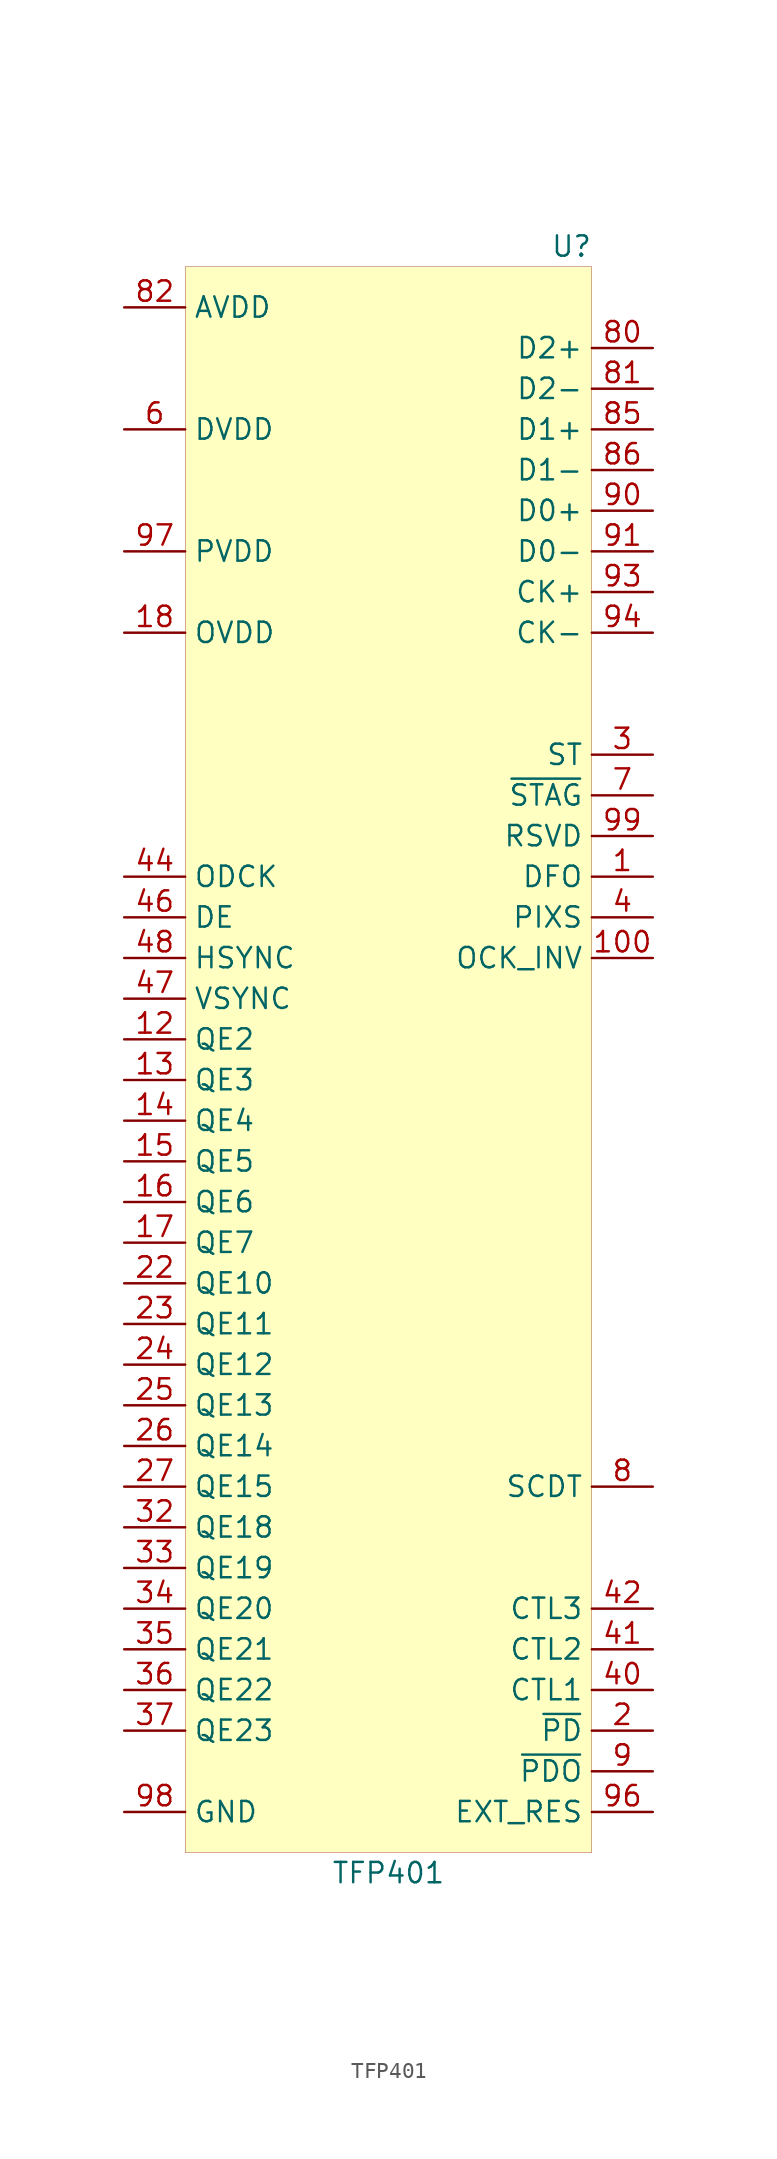
<source format=kicad_sym>
(kicad_symbol_lib
  (version 20201005)
  (generator kicad_symbol_editor)
  (symbol "Video_Extra:TFP401"
    (property "Reference" "U"
      (at 11.43 57.15 0)
      (effects (font (size 1.27 1.27))))
    (property "Value" "TFP401"
      (at 0 -44.45 0)
      (effects (font (size 1.27 1.27))))
    (symbol "TFP401_0_0"
      (pin passive line (at -16.51 -40.64 0) (length 3.81) hide (name "GND" (effects (font (size 1.27 1.27)))) (number "79" (effects (font (size 1.27 1.27)))))
      (pin passive line (at -16.51 -40.64 0) (length 3.81) hide (name "GND" (effects (font (size 1.27 1.27)))) (number "83" (effects (font (size 1.27 1.27)))))
      (pin passive line (at -16.51 -40.64 0) (length 3.81) hide (name "GND" (effects (font (size 1.27 1.27)))) (number "87" (effects (font (size 1.27 1.27)))))
      (pin passive line (at -16.51 -40.64 0) (length 3.81) hide (name "GND" (effects (font (size 1.27 1.27)))) (number "89" (effects (font (size 1.27 1.27)))))
      (pin passive line (at -16.51 -40.64 0) (length 3.81) hide (name "GND" (effects (font (size 1.27 1.27)))) (number "92" (effects (font (size 1.27 1.27)))))
      (pin input line (at -16.51 53.34 0) (length 3.81) (name "AVDD" (effects (font (size 1.27 1.27)))) (number "82" (effects (font (size 1.27 1.27)))))
      (pin passive line (at -16.51 53.34 0) (length 3.81) hide (name "AVDD" (effects (font (size 1.27 1.27)))) (number "84" (effects (font (size 1.27 1.27)))))
      (pin passive line (at -16.51 53.34 0) (length 3.81) hide (name "AVDD" (effects (font (size 1.27 1.27)))) (number "88" (effects (font (size 1.27 1.27)))))
      (pin passive line (at -16.51 53.34 0) (length 3.81) hide (name "AVDD" (effects (font (size 1.27 1.27)))) (number "95" (effects (font (size 1.27 1.27)))))
      (pin output line (at 16.51 -27.94 180) (length 3.81) (name "CTL3" (effects (font (size 1.27 1.27)))) (number "42" (effects (font (size 1.27 1.27)))))
      (pin output line (at 16.51 -30.48 180) (length 3.81) (name "CTL2" (effects (font (size 1.27 1.27)))) (number "41" (effects (font (size 1.27 1.27)))))
      (pin output line (at 16.51 -33.02 180) (length 3.81) (name "CTL1" (effects (font (size 1.27 1.27)))) (number "40" (effects (font (size 1.27 1.27)))))
      (pin output line (at -16.51 15.24 0) (length 3.81) (name "DE" (effects (font (size 1.27 1.27)))) (number "46" (effects (font (size 1.27 1.27)))))
      (pin input line (at 16.51 17.78 180) (length 3.81) (name "DFO" (effects (font (size 1.27 1.27)))) (number "1" (effects (font (size 1.27 1.27)))))
      (pin passive line (at -16.51 -40.64 0) (length 3.81) hide (name "GND" (effects (font (size 1.27 1.27)))) (number "5" (effects (font (size 1.27 1.27)))))
      (pin passive line (at -16.51 -40.64 0) (length 3.81) hide (name "GND" (effects (font (size 1.27 1.27)))) (number "39" (effects (font (size 1.27 1.27)))))
      (pin passive line (at -16.51 -40.64 0) (length 3.81) hide (name "GND" (effects (font (size 1.27 1.27)))) (number "68" (effects (font (size 1.27 1.27)))))
      (pin input line (at -16.51 45.72 0) (length 3.81) (name "DVDD" (effects (font (size 1.27 1.27)))) (number "6" (effects (font (size 1.27 1.27)))))
      (pin passive line (at -16.51 45.72 0) (length 3.81) hide (name "DVDD" (effects (font (size 1.27 1.27)))) (number "38" (effects (font (size 1.27 1.27)))))
      (pin passive line (at -16.51 45.72 0) (length 3.81) hide (name "DVDD" (effects (font (size 1.27 1.27)))) (number "67" (effects (font (size 1.27 1.27)))))
      (pin input line (at 16.51 -40.64 180) (length 3.81) (name "EXT_RES" (effects (font (size 1.27 1.27)))) (number "96" (effects (font (size 1.27 1.27)))))
      (pin output line (at -16.51 12.7 0) (length 3.81) (name "HSYNC" (effects (font (size 1.27 1.27)))) (number "48" (effects (font (size 1.27 1.27)))))
      (pin input line (at 16.51 20.32 180) (length 3.81) (name "RSVD" (effects (font (size 1.27 1.27)))) (number "99" (effects (font (size 1.27 1.27)))))
      (pin input line (at -16.51 33.02 0) (length 3.81) (name "OVDD" (effects (font (size 1.27 1.27)))) (number "18" (effects (font (size 1.27 1.27)))))
      (pin passive line (at -16.51 33.02 0) (length 3.81) hide (name "OVDD" (effects (font (size 1.27 1.27)))) (number "29" (effects (font (size 1.27 1.27)))))
      (pin passive line (at -16.51 33.02 0) (length 3.81) hide (name "OVDD" (effects (font (size 1.27 1.27)))) (number "43" (effects (font (size 1.27 1.27)))))
      (pin passive line (at -16.51 33.02 0) (length 3.81) hide (name "OVDD" (effects (font (size 1.27 1.27)))) (number "57" (effects (font (size 1.27 1.27)))))
      (pin passive line (at -16.51 33.02 0) (length 3.81) hide (name "OVDD" (effects (font (size 1.27 1.27)))) (number "78" (effects (font (size 1.27 1.27)))))
      (pin output line (at -16.51 17.78 0) (length 3.81) (name "ODCK" (effects (font (size 1.27 1.27)))) (number "44" (effects (font (size 1.27 1.27)))))
      (pin passive line (at -16.51 -40.64 0) (length 3.81) hide (name "GND" (effects (font (size 1.27 1.27)))) (number "19" (effects (font (size 1.27 1.27)))))
      (pin passive line (at -16.51 -40.64 0) (length 3.81) hide (name "GND" (effects (font (size 1.27 1.27)))) (number "28" (effects (font (size 1.27 1.27)))))
      (pin passive line (at -16.51 -40.64 0) (length 3.81) hide (name "GND" (effects (font (size 1.27 1.27)))) (number "45" (effects (font (size 1.27 1.27)))))
      (pin passive line (at -16.51 -40.64 0) (length 3.81) hide (name "GND" (effects (font (size 1.27 1.27)))) (number "58" (effects (font (size 1.27 1.27)))))
      (pin passive line (at -16.51 -40.64 0) (length 3.81) hide (name "GND" (effects (font (size 1.27 1.27)))) (number "76" (effects (font (size 1.27 1.27)))))
      (pin input line (at 16.51 12.7 180) (length 3.81) (name "OCK_INV" (effects (font (size 1.27 1.27)))) (number "100" (effects (font (size 1.27 1.27)))))
      (pin input line (at 16.51 -35.56 180) (length 3.81) (name "~PD~" (effects (font (size 1.27 1.27)))) (number "2" (effects (font (size 1.27 1.27)))))
      (pin input line (at 16.51 -38.1 180) (length 3.81) (name "~PDO~" (effects (font (size 1.27 1.27)))) (number "9" (effects (font (size 1.27 1.27)))))
      (pin power_in line (at -16.51 -40.64 0) (length 3.81) (name "GND" (effects (font (size 1.27 1.27)))) (number "98" (effects (font (size 1.27 1.27)))))
      (pin input line (at 16.51 15.24 180) (length 3.81) (name "PIXS" (effects (font (size 1.27 1.27)))) (number "4" (effects (font (size 1.27 1.27)))))
      (pin input line (at -16.51 38.1 0) (length 3.81) (name "PVDD" (effects (font (size 1.27 1.27)))) (number "97" (effects (font (size 1.27 1.27)))))
      (pin unconnected line (at -2.54 -31.75 0) (length 3.81) hide (name "QE8" (effects (font (size 1.27 1.27)))) (number "20" (effects (font (size 1.27 1.27)))))
      (pin unconnected line (at -2.54 -34.29 0) (length 3.81) hide (name "QE9" (effects (font (size 1.27 1.27)))) (number "21" (effects (font (size 1.27 1.27)))))
      (pin output line (at -16.51 -7.62 0) (length 3.81) (name "QE10" (effects (font (size 1.27 1.27)))) (number "22" (effects (font (size 1.27 1.27)))))
      (pin output line (at -16.51 -10.16 0) (length 3.81) (name "QE11" (effects (font (size 1.27 1.27)))) (number "23" (effects (font (size 1.27 1.27)))))
      (pin output line (at -16.51 -12.7 0) (length 3.81) (name "QE12" (effects (font (size 1.27 1.27)))) (number "24" (effects (font (size 1.27 1.27)))))
      (pin output line (at -16.51 -15.24 0) (length 3.81) (name "QE13" (effects (font (size 1.27 1.27)))) (number "25" (effects (font (size 1.27 1.27)))))
      (pin output line (at -16.51 -17.78 0) (length 3.81) (name "QE14" (effects (font (size 1.27 1.27)))) (number "26" (effects (font (size 1.27 1.27)))))
      (pin output line (at -16.51 -20.32 0) (length 3.81) (name "QE15" (effects (font (size 1.27 1.27)))) (number "27" (effects (font (size 1.27 1.27)))))
      (pin unconnected line (at -2.54 -36.83 0) (length 3.81) hide (name "QE16" (effects (font (size 1.27 1.27)))) (number "30" (effects (font (size 1.27 1.27)))))
      (pin unconnected line (at -2.54 -39.37 0) (length 3.81) hide (name "QE17" (effects (font (size 1.27 1.27)))) (number "31" (effects (font (size 1.27 1.27)))))
      (pin output line (at -16.51 -22.86 0) (length 3.81) (name "QE18" (effects (font (size 1.27 1.27)))) (number "32" (effects (font (size 1.27 1.27)))))
      (pin output line (at -16.51 -25.4 0) (length 3.81) (name "QE19" (effects (font (size 1.27 1.27)))) (number "33" (effects (font (size 1.27 1.27)))))
      (pin output line (at -16.51 -27.94 0) (length 3.81) (name "QE20" (effects (font (size 1.27 1.27)))) (number "34" (effects (font (size 1.27 1.27)))))
      (pin output line (at -16.51 -30.48 0) (length 3.81) (name "QE21" (effects (font (size 1.27 1.27)))) (number "35" (effects (font (size 1.27 1.27)))))
      (pin output line (at -16.51 -33.02 0) (length 3.81) (name "QE22" (effects (font (size 1.27 1.27)))) (number "36" (effects (font (size 1.27 1.27)))))
      (pin output line (at -16.51 -35.56 0) (length 3.81) (name "QE23" (effects (font (size 1.27 1.27)))) (number "37" (effects (font (size 1.27 1.27)))))
      (pin unconnected line (at -2.54 34.29 0) (length 3.81) hide (name "QO0" (effects (font (size 1.27 1.27)))) (number "49" (effects (font (size 1.27 1.27)))))
      (pin unconnected line (at -2.54 31.75 0) (length 3.81) hide (name "QO1" (effects (font (size 1.27 1.27)))) (number "50" (effects (font (size 1.27 1.27)))))
      (pin unconnected line (at -2.54 29.21 0) (length 3.81) hide (name "QO2" (effects (font (size 1.27 1.27)))) (number "51" (effects (font (size 1.27 1.27)))))
      (pin unconnected line (at -2.54 26.67 0) (length 3.81) hide (name "QO3" (effects (font (size 1.27 1.27)))) (number "52" (effects (font (size 1.27 1.27)))))
      (pin unconnected line (at -2.54 24.13 0) (length 3.81) hide (name "QO4" (effects (font (size 1.27 1.27)))) (number "53" (effects (font (size 1.27 1.27)))))
      (pin unconnected line (at -2.54 21.59 0) (length 3.81) hide (name "QO5" (effects (font (size 1.27 1.27)))) (number "54" (effects (font (size 1.27 1.27)))))
      (pin unconnected line (at -2.54 19.05 0) (length 3.81) hide (name "QO6" (effects (font (size 1.27 1.27)))) (number "55" (effects (font (size 1.27 1.27)))))
      (pin unconnected line (at -2.54 16.51 0) (length 3.81) hide (name "QO7" (effects (font (size 1.27 1.27)))) (number "56" (effects (font (size 1.27 1.27)))))
      (pin unconnected line (at -2.54 13.97 0) (length 3.81) hide (name "QO8" (effects (font (size 1.27 1.27)))) (number "59" (effects (font (size 1.27 1.27)))))
      (pin unconnected line (at -2.54 11.43 0) (length 3.81) hide (name "QO9" (effects (font (size 1.27 1.27)))) (number "60" (effects (font (size 1.27 1.27)))))
      (pin unconnected line (at -2.54 8.89 0) (length 3.81) hide (name "QO10" (effects (font (size 1.27 1.27)))) (number "61" (effects (font (size 1.27 1.27)))))
      (pin unconnected line (at -2.54 6.35 0) (length 3.81) hide (name "QO11" (effects (font (size 1.27 1.27)))) (number "62" (effects (font (size 1.27 1.27)))))
      (pin unconnected line (at -2.54 3.81 0) (length 3.81) hide (name "QO12" (effects (font (size 1.27 1.27)))) (number "63" (effects (font (size 1.27 1.27)))))
      (pin unconnected line (at -2.54 1.27 0) (length 3.81) hide (name "QO13" (effects (font (size 1.27 1.27)))) (number "64" (effects (font (size 1.27 1.27)))))
      (pin unconnected line (at -2.54 -1.27 0) (length 3.81) hide (name "QO14" (effects (font (size 1.27 1.27)))) (number "65" (effects (font (size 1.27 1.27)))))
      (pin unconnected line (at -2.54 -3.81 0) (length 3.81) hide (name "QO15" (effects (font (size 1.27 1.27)))) (number "66" (effects (font (size 1.27 1.27)))))
      (pin unconnected line (at -2.54 -6.35 0) (length 3.81) hide (name "QO16" (effects (font (size 1.27 1.27)))) (number "69" (effects (font (size 1.27 1.27)))))
      (pin unconnected line (at -2.54 -8.89 0) (length 3.81) hide (name "QO17" (effects (font (size 1.27 1.27)))) (number "70" (effects (font (size 1.27 1.27)))))
      (pin unconnected line (at -2.54 -11.43 0) (length 3.81) hide (name "QO18" (effects (font (size 1.27 1.27)))) (number "71" (effects (font (size 1.27 1.27)))))
      (pin unconnected line (at -2.54 -13.97 0) (length 3.81) hide (name "QO19" (effects (font (size 1.27 1.27)))) (number "72" (effects (font (size 1.27 1.27)))))
      (pin unconnected line (at -2.54 -16.51 0) (length 3.81) hide (name "QO20" (effects (font (size 1.27 1.27)))) (number "73" (effects (font (size 1.27 1.27)))))
      (pin unconnected line (at -2.54 -19.05 0) (length 3.81) hide (name "QO21" (effects (font (size 1.27 1.27)))) (number "74" (effects (font (size 1.27 1.27)))))
      (pin unconnected line (at -2.54 -21.59 0) (length 3.81) hide (name "QO22" (effects (font (size 1.27 1.27)))) (number "75" (effects (font (size 1.27 1.27)))))
      (pin unconnected line (at -2.54 -24.13 0) (length 3.81) hide (name "QO23" (effects (font (size 1.27 1.27)))) (number "77" (effects (font (size 1.27 1.27)))))
      (pin unconnected line (at -2.54 -26.67 0) (length 3.81) hide (name "QE0" (effects (font (size 1.27 1.27)))) (number "10" (effects (font (size 1.27 1.27)))))
      (pin unconnected line (at -2.54 -29.21 0) (length 3.81) hide (name "QE1" (effects (font (size 1.27 1.27)))) (number "11" (effects (font (size 1.27 1.27)))))
      (pin output line (at -16.51 7.62 0) (length 3.81) (name "QE2" (effects (font (size 1.27 1.27)))) (number "12" (effects (font (size 1.27 1.27)))))
      (pin output line (at -16.51 5.08 0) (length 3.81) (name "QE3" (effects (font (size 1.27 1.27)))) (number "13" (effects (font (size 1.27 1.27)))))
      (pin output line (at -16.51 2.54 0) (length 3.81) (name "QE4" (effects (font (size 1.27 1.27)))) (number "14" (effects (font (size 1.27 1.27)))))
      (pin output line (at -16.51 0 0) (length 3.81) (name "QE5" (effects (font (size 1.27 1.27)))) (number "15" (effects (font (size 1.27 1.27)))))
      (pin output line (at -16.51 -2.54 0) (length 3.81) (name "QE6" (effects (font (size 1.27 1.27)))) (number "16" (effects (font (size 1.27 1.27)))))
      (pin output line (at -16.51 -5.08 0) (length 3.81) (name "QE7" (effects (font (size 1.27 1.27)))) (number "17" (effects (font (size 1.27 1.27)))))
      (pin bidirectional line (at 16.51 35.56 180) (length 3.81) (name "CK+" (effects (font (size 1.27 1.27)))) (number "93" (effects (font (size 1.27 1.27)))))
      (pin bidirectional line (at 16.51 33.02 180) (length 3.81) (name "CK-" (effects (font (size 1.27 1.27)))) (number "94" (effects (font (size 1.27 1.27)))))
      (pin bidirectional line (at 16.51 40.64 180) (length 3.81) (name "D0+" (effects (font (size 1.27 1.27)))) (number "90" (effects (font (size 1.27 1.27)))))
      (pin bidirectional line (at 16.51 38.1 180) (length 3.81) (name "D0-" (effects (font (size 1.27 1.27)))) (number "91" (effects (font (size 1.27 1.27)))))
      (pin bidirectional line (at 16.51 45.72 180) (length 3.81) (name "D1+" (effects (font (size 1.27 1.27)))) (number "85" (effects (font (size 1.27 1.27)))))
      (pin bidirectional line (at 16.51 43.18 180) (length 3.81) (name "D1-" (effects (font (size 1.27 1.27)))) (number "86" (effects (font (size 1.27 1.27)))))
      (pin bidirectional line (at 16.51 50.8 180) (length 3.81) (name "D2+" (effects (font (size 1.27 1.27)))) (number "80" (effects (font (size 1.27 1.27)))))
      (pin bidirectional line (at 16.51 48.26 180) (length 3.81) (name "D2-" (effects (font (size 1.27 1.27)))) (number "81" (effects (font (size 1.27 1.27)))))
      (pin output line (at 16.51 -20.32 180) (length 3.81) (name "SCDT" (effects (font (size 1.27 1.27)))) (number "8" (effects (font (size 1.27 1.27)))))
      (pin input line (at 16.51 25.4 180) (length 3.81) (name "ST" (effects (font (size 1.27 1.27)))) (number "3" (effects (font (size 1.27 1.27)))))
      (pin input line (at 16.51 22.86 180) (length 3.81) (name "~STAG~" (effects (font (size 1.27 1.27)))) (number "7" (effects (font (size 1.27 1.27)))))
      (pin output line (at -16.51 10.16 0) (length 3.81) (name "VSYNC" (effects (font (size 1.27 1.27)))) (number "47" (effects (font (size 1.27 1.27)))))
      (pin passive line (at -16.51 -40.64 0) (length 3.81) hide (name "GND" (effects (font (size 1.27 1.27)))) (number "101" (effects (font (size 1.27 1.27))))))
    (symbol "TFP401_0_1"
      (rectangle (start -12.7 55.88) (end 12.7 -43.18) (stroke (width 0.001)) (fill (type background))))))
</source>
